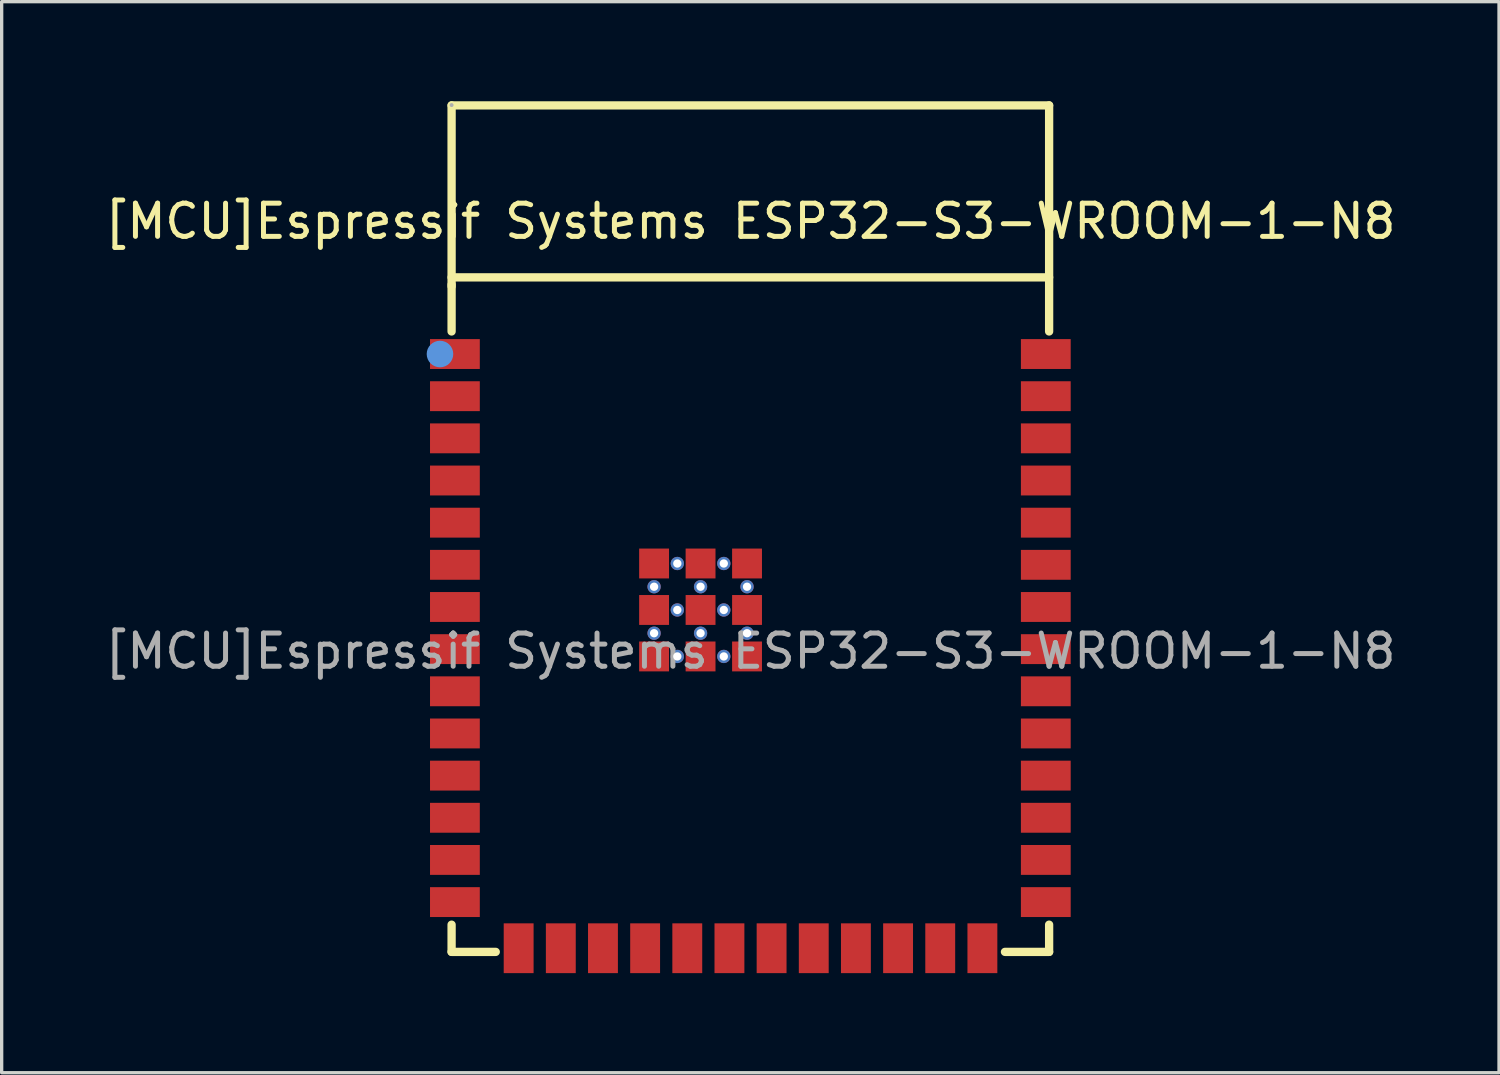
<source format=kicad_pcb>
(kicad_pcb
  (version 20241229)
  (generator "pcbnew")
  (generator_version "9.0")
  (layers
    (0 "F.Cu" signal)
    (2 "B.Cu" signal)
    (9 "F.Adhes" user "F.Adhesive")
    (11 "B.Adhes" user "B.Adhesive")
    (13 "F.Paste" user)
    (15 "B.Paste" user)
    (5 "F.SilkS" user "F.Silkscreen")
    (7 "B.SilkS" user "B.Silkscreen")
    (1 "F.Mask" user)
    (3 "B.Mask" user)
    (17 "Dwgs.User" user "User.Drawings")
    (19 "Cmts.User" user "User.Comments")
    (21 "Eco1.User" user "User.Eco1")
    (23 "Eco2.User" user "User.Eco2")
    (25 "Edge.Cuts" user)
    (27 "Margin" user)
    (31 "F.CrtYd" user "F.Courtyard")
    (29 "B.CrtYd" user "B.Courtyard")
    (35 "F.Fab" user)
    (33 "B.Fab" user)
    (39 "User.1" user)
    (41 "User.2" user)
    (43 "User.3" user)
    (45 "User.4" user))
  (footprint "[MCU]Espressif Systems ESP32-S3-WROOM-1-N8"
    (layer "F.Cu")
    (at 19.554 16.565)
    (property "Reference" "[MCU]Espressif Systems ESP32-S3-WROOM-1-N8" (at 0 -12.95 0) (layer "F.SilkS") (effects (font (size 1 1) (thickness 0.15))))
    (attr smd)
    (fp_line (start -9 -16.44) (end 9 -16.44) (stroke (width 0.25) (type solid)) (layer "F.SilkS"))
    (fp_line (start -9 -11.26) (end 9 -11.26) (stroke (width 0.25) (type solid)) (layer "F.SilkS"))
    (fp_line (start -9 -10.99) (end -9 -16.44) (stroke (width 0.25) (type solid)) (layer "F.SilkS"))
    (fp_line (start -9 -9.63) (end -9 -11.04) (stroke (width 0.25) (type solid)) (layer "F.SilkS"))
    (fp_line (start -9 9.06) (end -9 8.24) (stroke (width 0.25) (type solid)) (layer "F.SilkS"))
    (fp_line (start -7.67 9.06) (end -9 9.06) (stroke (width 0.25) (type solid)) (layer "F.SilkS"))
    (fp_line (start 9 -16.44) (end 9 -9.63) (stroke (width 0.25) (type solid)) (layer "F.SilkS"))
    (fp_line (start 9 8.24) (end 9 9.06) (stroke (width 0.25) (type solid)) (layer "F.SilkS"))
    (fp_line (start 9 9.06) (end 7.67 9.06) (stroke (width 0.25) (type solid)) (layer "F.SilkS"))
    (fp_circle (center -9.35 -8.95) (end -9.15 -8.95) (stroke (width 0.4) (type solid)) (fill no) (layer "Cmts.User"))
    (fp_circle (center -9 -16.45) (end -8.97 -16.45) (stroke (width 0.06) (type solid)) (fill no) (layer "F.Fab"))
    (fp_text user "${REFERENCE}" (at 0 0 0) (layer "F.Fab") (effects (font (size 1 1) (thickness 0.15))))
    (pad "" thru_hole circle (at -2.9 -1.94) (size 0.4 0.4) (drill 0.25) (layers "*.Cu" "*.Paste" "*.Mask"))
    (pad "" thru_hole circle (at -2.9 -0.54) (size 0.4 0.4) (drill 0.25) (layers "*.Cu" "*.Paste" "*.Mask"))
    (pad "" thru_hole circle (at -2.2 -2.64) (size 0.4 0.4) (drill 0.25) (layers "*.Cu" "*.Paste" "*.Mask"))
    (pad "" thru_hole circle (at -2.2 -1.24) (size 0.4 0.4) (drill 0.25) (layers "*.Cu" "*.Paste" "*.Mask"))
    (pad "" thru_hole circle (at -2.2 0.16) (size 0.4 0.4) (drill 0.25) (layers "*.Cu" "*.Paste" "*.Mask"))
    (pad "" thru_hole circle (at -1.5 -1.94) (size 0.4 0.4) (drill 0.25) (layers "*.Cu" "*.Paste" "*.Mask"))
    (pad "" thru_hole circle (at -1.5 -0.54) (size 0.4 0.4) (drill 0.25) (layers "*.Cu" "*.Paste" "*.Mask"))
    (pad "" thru_hole circle (at -0.8 -2.64) (size 0.4 0.4) (drill 0.25) (layers "*.Cu" "*.Paste" "*.Mask"))
    (pad "" thru_hole circle (at -0.8 -1.24) (size 0.4 0.4) (drill 0.25) (layers "*.Cu" "*.Paste" "*.Mask"))
    (pad "" thru_hole circle (at -0.8 0.16) (size 0.4 0.4) (drill 0.25) (layers "*.Cu" "*.Paste" "*.Mask"))
    (pad "" thru_hole circle (at -0.1 -1.94) (size 0.4 0.4) (drill 0.25) (layers "*.Cu" "*.Paste" "*.Mask"))
    (pad "" thru_hole circle (at -0.1 -0.54) (size 0.4 0.4) (drill 0.25) (layers "*.Cu" "*.Paste" "*.Mask"))
    (pad "1" smd rect (at -8.9 -8.95) (size 1.5 0.9) (layers "F.Cu" "F.Mask" "F.Paste"))
    (pad "2" smd rect (at -8.9 -7.68) (size 1.5 0.9) (layers "F.Cu" "F.Mask" "F.Paste"))
    (pad "3" smd rect (at -8.9 -6.41) (size 1.5 0.9) (layers "F.Cu" "F.Mask" "F.Paste"))
    (pad "4" smd rect (at -8.9 -5.14) (size 1.5 0.9) (layers "F.Cu" "F.Mask" "F.Paste"))
    (pad "5" smd rect (at -8.9 -3.87) (size 1.5 0.9) (layers "F.Cu" "F.Mask" "F.Paste"))
    (pad "6" smd rect (at -8.9 -2.6) (size 1.5 0.9) (layers "F.Cu" "F.Mask" "F.Paste"))
    (pad "7" smd rect (at -8.9 -1.33) (size 1.5 0.9) (layers "F.Cu" "F.Mask" "F.Paste"))
    (pad "8" smd rect (at -8.9 -0.06) (size 1.5 0.9) (layers "F.Cu" "F.Mask" "F.Paste"))
    (pad "9" smd rect (at -8.9 1.21) (size 1.5 0.9) (layers "F.Cu" "F.Mask" "F.Paste"))
    (pad "10" smd rect (at -8.9 2.48) (size 1.5 0.9) (layers "F.Cu" "F.Mask" "F.Paste"))
    (pad "11" smd rect (at -8.9 3.75) (size 1.5 0.9) (layers "F.Cu" "F.Mask" "F.Paste"))
    (pad "12" smd rect (at -8.9 5.02) (size 1.5 0.9) (layers "F.Cu" "F.Mask" "F.Paste"))
    (pad "13" smd rect (at -8.9 6.29) (size 1.5 0.9) (layers "F.Cu" "F.Mask" "F.Paste"))
    (pad "14" smd rect (at -8.9 7.56) (size 1.5 0.9) (layers "F.Cu" "F.Mask" "F.Paste"))
    (pad "15" smd rect (at -6.98 8.95) (size 0.9 1.5) (layers "F.Cu" "F.Mask" "F.Paste"))
    (pad "16" smd rect (at -5.71 8.95) (size 0.9 1.5) (layers "F.Cu" "F.Mask" "F.Paste"))
    (pad "17" smd rect (at -4.44 8.95) (size 0.9 1.5) (layers "F.Cu" "F.Mask" "F.Paste"))
    (pad "18" smd rect (at -3.17 8.95) (size 0.9 1.5) (layers "F.Cu" "F.Mask" "F.Paste"))
    (pad "19" smd rect (at -1.9 8.95) (size 0.9 1.5) (layers "F.Cu" "F.Mask" "F.Paste"))
    (pad "20" smd rect (at -0.63 8.95) (size 0.9 1.5) (layers "F.Cu" "F.Mask" "F.Paste"))
    (pad "21" smd rect (at 0.64 8.95) (size 0.9 1.5) (layers "F.Cu" "F.Mask" "F.Paste"))
    (pad "22" smd rect (at 1.91 8.95) (size 0.9 1.5) (layers "F.Cu" "F.Mask" "F.Paste"))
    (pad "23" smd rect (at 3.18 8.95) (size 0.9 1.5) (layers "F.Cu" "F.Mask" "F.Paste"))
    (pad "24" smd rect (at 4.45 8.95) (size 0.9 1.5) (layers "F.Cu" "F.Mask" "F.Paste"))
    (pad "25" smd rect (at 5.72 8.95) (size 0.9 1.5) (layers "F.Cu" "F.Mask" "F.Paste"))
    (pad "26" smd rect (at 6.99 8.95) (size 0.9 1.5) (layers "F.Cu" "F.Mask" "F.Paste"))
    (pad "27" smd rect (at 8.9 7.56) (size 1.5 0.9) (layers "F.Cu" "F.Mask" "F.Paste"))
    (pad "28" smd rect (at 8.9 6.29) (size 1.5 0.9) (layers "F.Cu" "F.Mask" "F.Paste"))
    (pad "29" smd rect (at 8.9 5.02) (size 1.5 0.9) (layers "F.Cu" "F.Mask" "F.Paste"))
    (pad "30" smd rect (at 8.9 3.75) (size 1.5 0.9) (layers "F.Cu" "F.Mask" "F.Paste"))
    (pad "31" smd rect (at 8.9 2.48) (size 1.5 0.9) (layers "F.Cu" "F.Mask" "F.Paste"))
    (pad "32" smd rect (at 8.9 1.21) (size 1.5 0.9) (layers "F.Cu" "F.Mask" "F.Paste"))
    (pad "33" smd rect (at 8.9 -0.06) (size 1.5 0.9) (layers "F.Cu" "F.Mask" "F.Paste"))
    (pad "34" smd rect (at 8.9 -1.33) (size 1.5 0.9) (layers "F.Cu" "F.Mask" "F.Paste"))
    (pad "35" smd rect (at 8.9 -2.6) (size 1.5 0.9) (layers "F.Cu" "F.Mask" "F.Paste"))
    (pad "36" smd rect (at 8.9 -3.87) (size 1.5 0.9) (layers "F.Cu" "F.Mask" "F.Paste"))
    (pad "37" smd rect (at 8.9 -5.14) (size 1.5 0.9) (layers "F.Cu" "F.Mask" "F.Paste"))
    (pad "38" smd rect (at 8.9 -6.41) (size 1.5 0.9) (layers "F.Cu" "F.Mask" "F.Paste"))
    (pad "39" smd rect (at 8.9 -7.68) (size 1.5 0.9) (layers "F.Cu" "F.Mask" "F.Paste"))
    (pad "40" smd rect (at 8.9 -8.95) (size 1.5 0.9) (layers "F.Cu" "F.Mask" "F.Paste"))
    (pad "41" smd rect (at -2.9 -2.64 90) (size 0.9 0.9) (layers "F.Cu" "F.Mask" "F.Paste"))
    (pad "41" smd rect (at -2.9 -1.24 90) (size 0.9 0.9) (layers "F.Cu" "F.Mask" "F.Paste"))
    (pad "41" smd rect (at -2.9 0.16 90) (size 0.9 0.9) (layers "F.Cu" "F.Mask" "F.Paste"))
    (pad "41" smd rect (at -1.5 -2.64 90) (size 0.9 0.9) (layers "F.Cu" "F.Mask" "F.Paste"))
    (pad "41" smd rect (at -1.5 -1.24 90) (size 0.9 0.9) (layers "F.Cu" "F.Mask" "F.Paste"))
    (pad "41" smd rect (at -1.5 0.16 90) (size 0.9 0.9) (layers "F.Cu" "F.Mask" "F.Paste"))
    (pad "41" smd rect (at -0.1 -2.64 90) (size 0.9 0.9) (layers "F.Cu" "F.Mask" "F.Paste"))
    (pad "41" smd rect (at -0.1 -1.24 90) (size 0.9 0.9) (layers "F.Cu" "F.Mask" "F.Paste"))
    (pad "41" smd rect (at -0.1 0.16 90) (size 0.9 0.9) (layers "F.Cu" "F.Mask" "F.Paste")))
  (gr_rect
    (start -3 -3)
    (end 42.107 29.265)
    (stroke (width 0.1) (type default))
    (fill no)
    (layer "Edge.Cuts")))
</source>
